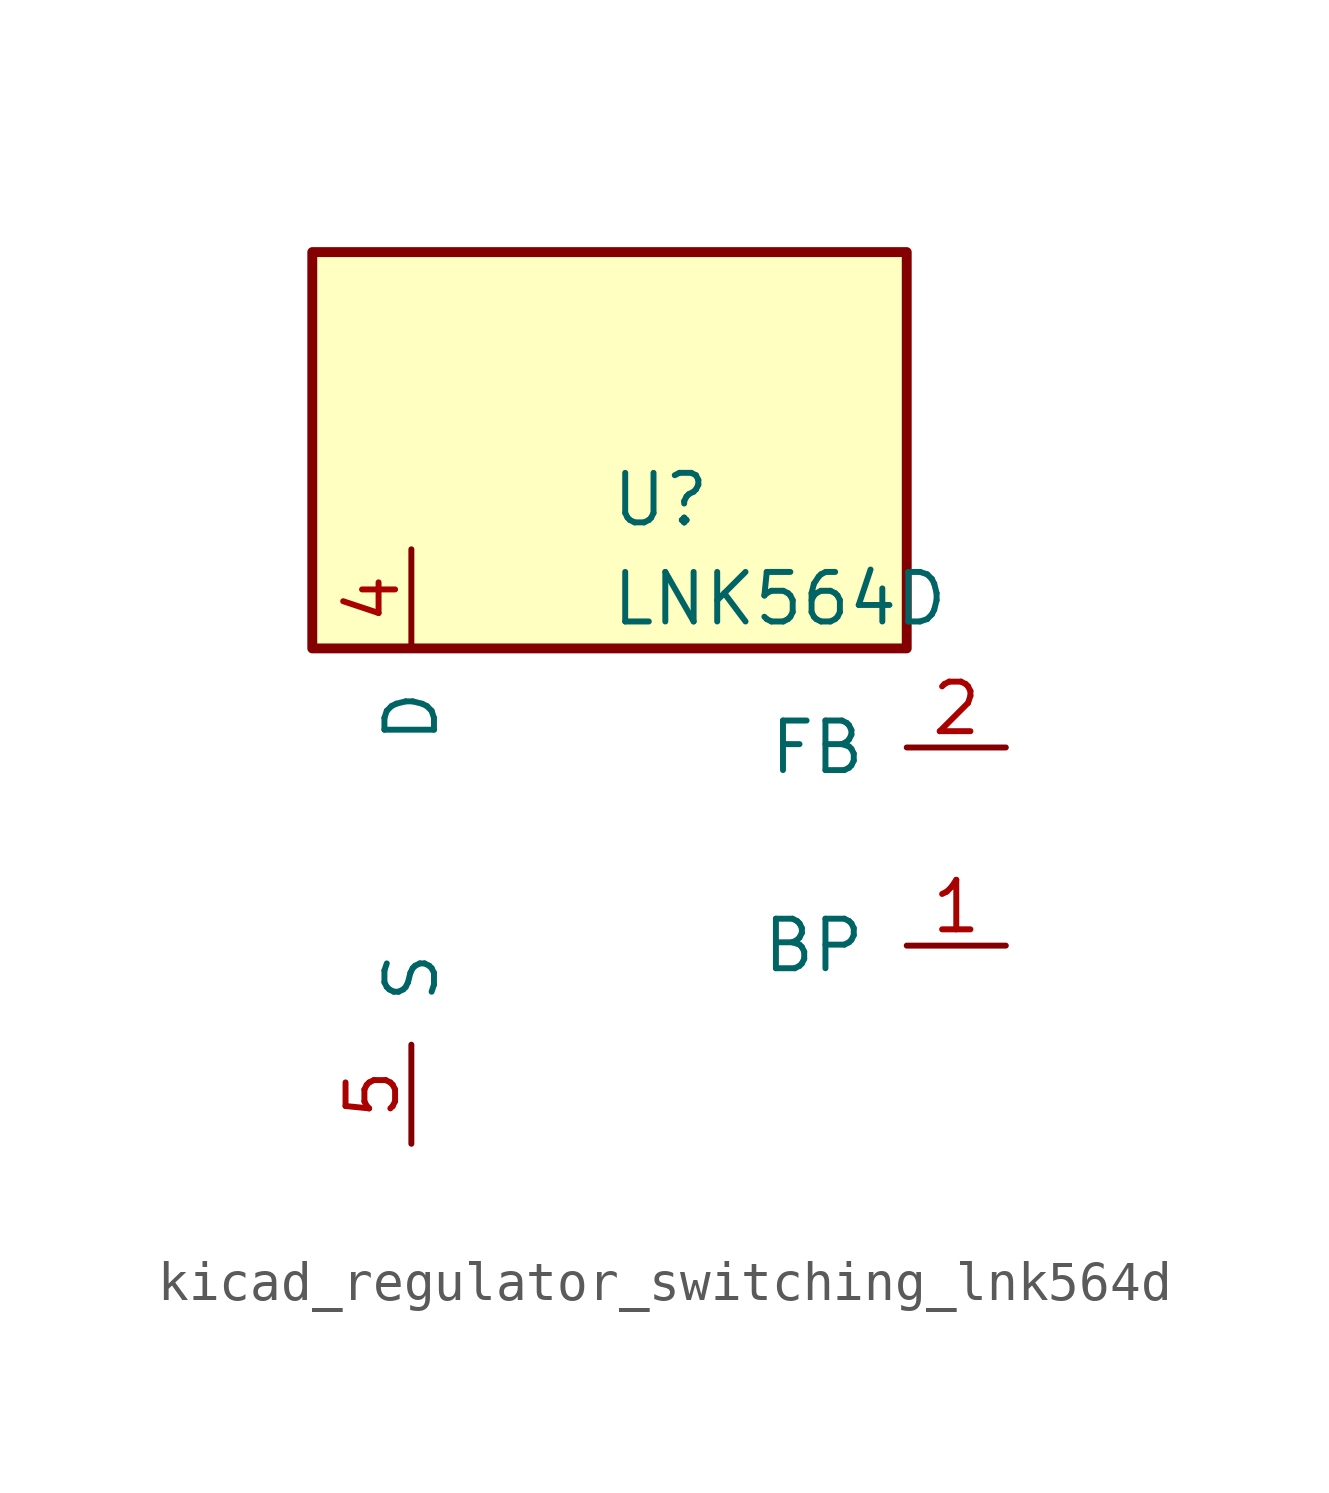
<source format=kicad_sym>
(kicad_symbol_lib
  (version 20220914)
  (generator kicad_symbol_editor)
  (symbol "kicad_regulator_switching_lnk564d"
    (pin_names
      (offset 1.016))
    (property "Reference" "U"
      (at 0 8.89 0)
      (effects (font (size 1.27 1.27)) (justify left)))
    (property "Value" "LNK564D"
      (at 0 6.35 0)
      (effects (font (size 1.27 1.27)) (justify left)))
    (symbol "kicad_regulator_switching_lnk564d_0_1"
      (rectangle (start 7.62 15.24) (end -7.62 5.08) (stroke (width 0.254) (type default)) (fill (type background))))
    (symbol "kicad_regulator_switching_lnk564d_1_1"
      (pin input line (at 10.16 -2.54 180) (length 2.54) (name "BP" (effects (font (size 1.27 1.27)))) (number "1" (effects (font (size 1.27 1.27)))))
      (pin input line (at 10.16 2.54 180) (length 2.54) (name "FB" (effects (font (size 1.27 1.27)))) (number "2" (effects (font (size 1.27 1.27)))))
      (pin open_collector line (at -5.08 7.62 270) (length 2.54) (name "D" (effects (font (size 1.27 1.27)))) (number "4" (effects (font (size 1.27 1.27)))))
      (pin power_in line (at -5.08 -7.62 90) (length 2.54) (name "S" (effects (font (size 1.27 1.27)))) (number "5" (effects (font (size 1.27 1.27)))))
      (pin passive line (at -5.08 -7.62 90) (length 2.54) hide (name "S" (effects (font (size 1.27 1.27)))) (number "6" (effects (font (size 1.27 1.27)))))
      (pin passive line (at -5.08 -7.62 90) (length 2.54) hide (name "S" (effects (font (size 1.27 1.27)))) (number "7" (effects (font (size 1.27 1.27)))))
      (pin passive line (at -5.08 -7.62 90) (length 2.54) hide (name "S" (effects (font (size 1.27 1.27)))) (number "8" (effects (font (size 1.27 1.27))))))))
</source>
